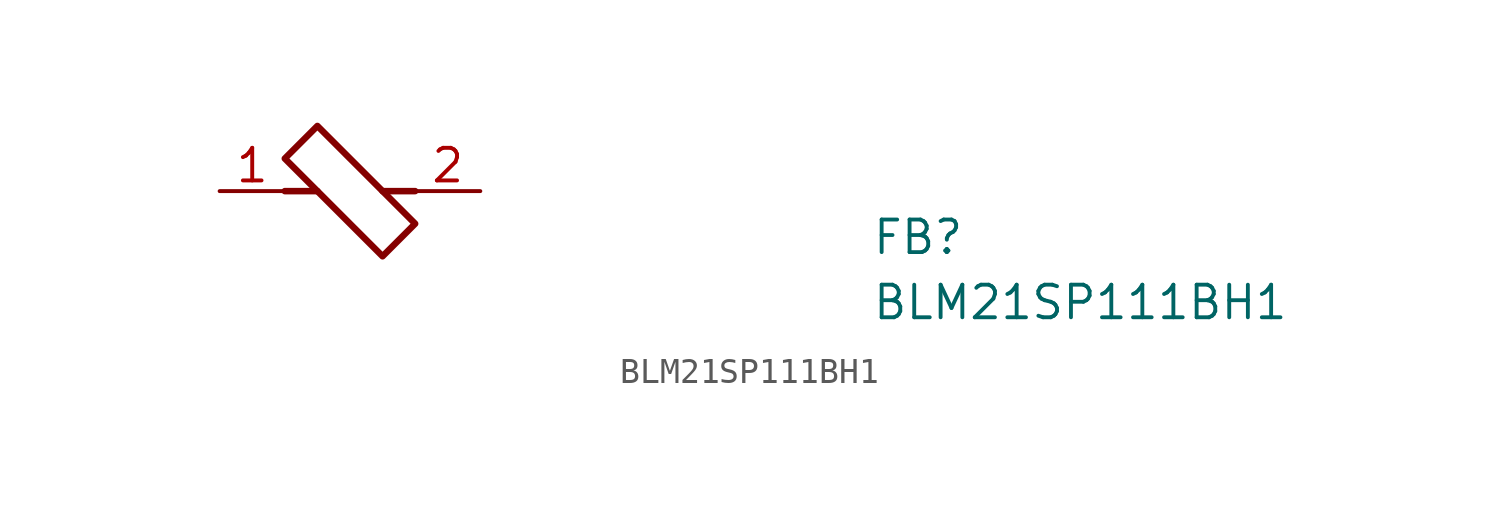
<source format=kicad_sym>
(kicad_symbol_lib
  (version 20211014)
  (generator kicad_symbol_editor)
  (symbol "BLM21SP111BH1"
    (pin_names hide)
    (property "Reference" "FB"
      (at 25.4 -2.54 0)
      (effects (font (size 1.27 1.27) (thickness 0.15)) (justify left bottom)))
    (property "Value" "BLM21SP111BH1"
      (at 25.4 -5.08 0)
      (effects (font (size 1.27 1.27) (thickness 0.15)) (justify left bottom)))
    (symbol "BLM21SP111BH1_1_1"
      (polyline (pts (xy 3.81 0) (xy 2.54 0)) (stroke (width 0.254) (type default) (color 0 0 0 0)) (fill (type none)))
      (polyline (pts (xy 6.35 0) (xy 7.62 0)) (stroke (width 0.254) (type default) (color 0 0 0 0)) (fill (type none)))
      (polyline (pts (xy 3.81 2.54) (xy 2.54 1.27) (xy 6.35 -2.54) (xy 7.62 -1.27) (xy 3.81 2.54)) (stroke (width 0.254) (type default) (color 0 0 0 0)) (fill (type none)))
      (pin passive line (at 0 0 0) (length 2.54) (name "1" (effects (font (size 1.27 1.27)))) (number "1" (effects (font (size 1.27 1.27)))))
      (pin passive line (at 10.16 0 180) (length 2.54) (name "2" (effects (font (size 1.27 1.27)))) (number "2" (effects (font (size 1.27 1.27))))))))
</source>
